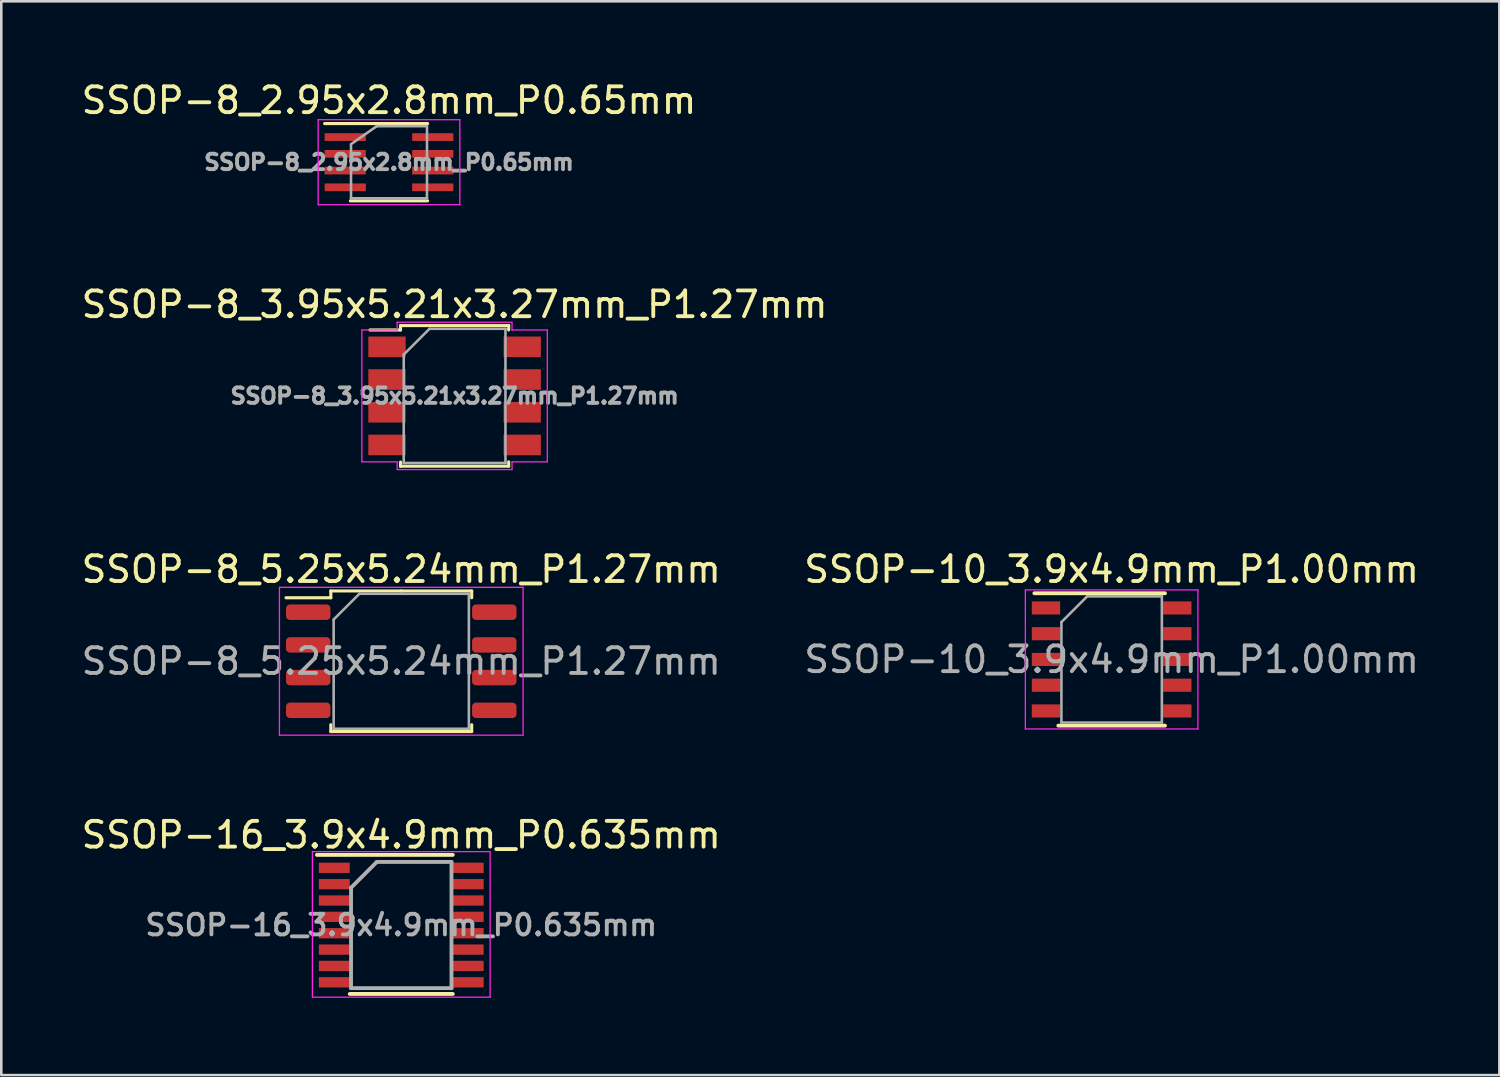
<source format=kicad_pcb>
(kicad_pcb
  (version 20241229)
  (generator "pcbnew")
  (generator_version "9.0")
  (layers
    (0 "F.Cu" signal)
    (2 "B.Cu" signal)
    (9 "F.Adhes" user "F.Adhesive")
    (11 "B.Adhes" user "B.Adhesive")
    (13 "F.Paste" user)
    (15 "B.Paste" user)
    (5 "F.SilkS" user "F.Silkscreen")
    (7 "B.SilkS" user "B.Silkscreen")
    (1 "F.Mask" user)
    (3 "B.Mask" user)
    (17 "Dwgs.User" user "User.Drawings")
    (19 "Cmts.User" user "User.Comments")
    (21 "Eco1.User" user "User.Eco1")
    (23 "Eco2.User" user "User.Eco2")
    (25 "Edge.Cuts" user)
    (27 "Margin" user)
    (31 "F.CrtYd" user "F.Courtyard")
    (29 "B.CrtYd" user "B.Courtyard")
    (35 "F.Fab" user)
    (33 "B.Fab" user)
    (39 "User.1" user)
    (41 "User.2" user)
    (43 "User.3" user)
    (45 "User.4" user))
  (footprint "SSOP-10_3.9x4.9mm_P1.00mm"
    (layer "F.Cu")
    (at 40.113 22.555)
    (property "Reference" "SSOP-10_3.9x4.9mm_P1.00mm" (at 0 -3.5 0) (layer "F.SilkS") (effects (font (size 1 1) (thickness 0.15))))
    (attr smd)
    (fp_line (start -3 -2.57) (end 2.07 -2.57) (stroke (width 0.15) (type solid)) (layer "F.SilkS"))
    (fp_line (start -2.07 2.57) (end 2.07 2.57) (stroke (width 0.15) (type solid)) (layer "F.SilkS"))
    (fp_line (start -3.35 -2.7) (end -3.35 2.7) (stroke (width 0.05) (type solid)) (layer "F.CrtYd"))
    (fp_line (start -3.35 -2.7) (end 3.35 -2.7) (stroke (width 0.05) (type solid)) (layer "F.CrtYd"))
    (fp_line (start -3.35 2.7) (end 3.35 2.7) (stroke (width 0.05) (type solid)) (layer "F.CrtYd"))
    (fp_line (start 3.35 -2.7) (end 3.35 2.7) (stroke (width 0.05) (type solid)) (layer "F.CrtYd"))
    (fp_line (start -1.95 -1.45) (end -0.95 -2.45) (stroke (width 0.1) (type solid)) (layer "F.Fab"))
    (fp_line (start -1.95 2.45) (end -1.95 -1.45) (stroke (width 0.1) (type solid)) (layer "F.Fab"))
    (fp_line (start -0.95 -2.45) (end 1.95 -2.45) (stroke (width 0.1) (type solid)) (layer "F.Fab"))
    (fp_line (start 1.95 -2.45) (end 1.95 2.45) (stroke (width 0.1) (type solid)) (layer "F.Fab"))
    (fp_line (start 1.95 2.45) (end -1.95 2.45) (stroke (width 0.1) (type solid)) (layer "F.Fab"))
    (fp_text user "${REFERENCE}" (at 0 0 0) (layer "F.Fab") (effects (font (size 1 1) (thickness 0.15))))
    (pad "1" smd rect (at -2.55 -2) (size 1.1 0.51) (layers "F.Cu" "F.Mask" "F.Paste"))
    (pad "2" smd rect (at -2.55 -1) (size 1.1 0.51) (layers "F.Cu" "F.Mask" "F.Paste"))
    (pad "3" smd rect (at -2.55 0) (size 1.1 0.51) (layers "F.Cu" "F.Mask" "F.Paste"))
    (pad "4" smd rect (at -2.55 1) (size 1.1 0.51) (layers "F.Cu" "F.Mask" "F.Paste"))
    (pad "5" smd rect (at -2.55 2) (size 1.1 0.51) (layers "F.Cu" "F.Mask" "F.Paste"))
    (pad "6" smd rect (at 2.55 2) (size 1.1 0.51) (layers "F.Cu" "F.Mask" "F.Paste"))
    (pad "7" smd rect (at 2.55 1) (size 1.1 0.51) (layers "F.Cu" "F.Mask" "F.Paste"))
    (pad "8" smd rect (at 2.55 0) (size 1.1 0.51) (layers "F.Cu" "F.Mask" "F.Paste"))
    (pad "9" smd rect (at 2.55 -1) (size 1.1 0.51) (layers "F.Cu" "F.Mask" "F.Paste"))
    (pad "10" smd rect (at 2.55 -2) (size 1.1 0.51) (layers "F.Cu" "F.Mask" "F.Paste")))
  (footprint "SSOP-8_2.95x2.8mm_P0.65mm"
    (layer "F.Cu")
    (at 12.054 3.248)
    (property "Reference" "SSOP-8_2.95x2.8mm_P0.65mm" (at 0 -2.4 0) (layer "F.SilkS") (effects (font (size 1 1) (thickness 0.15))))
    (attr smd)
    (fp_line (start 1.5 -1.5) (end -2.5 -1.5) (stroke (width 0.12) (type solid)) (layer "F.SilkS"))
    (fp_line (start 1.5 1.5) (end -1.5 1.5) (stroke (width 0.12) (type solid)) (layer "F.SilkS"))
    (fp_line (start -2.75 -1.65) (end 2.75 -1.65) (stroke (width 0.05) (type solid)) (layer "F.CrtYd"))
    (fp_line (start -2.75 1.65) (end -2.75 -1.65) (stroke (width 0.05) (type solid)) (layer "F.CrtYd"))
    (fp_line (start 2.75 -1.65) (end 2.75 1.65) (stroke (width 0.05) (type solid)) (layer "F.CrtYd"))
    (fp_line (start 2.75 1.65) (end -2.75 1.65) (stroke (width 0.05) (type solid)) (layer "F.CrtYd"))
    (fp_line (start -1.475 1.4) (end -1.475 -0.7) (stroke (width 0.1) (type solid)) (layer "F.Fab"))
    (fp_line (start -0.475 -1.4) (end -1.475 -0.7) (stroke (width 0.1) (type solid)) (layer "F.Fab"))
    (fp_line (start -0.475 -1.4) (end 1.475 -1.4) (stroke (width 0.1) (type solid)) (layer "F.Fab"))
    (fp_line (start 1.475 -1.4) (end 1.475 1.4) (stroke (width 0.1) (type solid)) (layer "F.Fab"))
    (fp_line (start 1.475 1.4) (end -1.475 1.4) (stroke (width 0.1) (type solid)) (layer "F.Fab"))
    (fp_text user "${REFERENCE}" (at 0 0 0) (layer "F.Fab") (effects (font (size 0.6 0.6) (thickness 0.15))))
    (pad "1" smd rect (at -1.7 -0.975 270) (size 0.3 1.6) (layers "F.Cu" "F.Mask" "F.Paste"))
    (pad "2" smd rect (at -1.7 -0.325 270) (size 0.3 1.6) (layers "F.Cu" "F.Mask" "F.Paste"))
    (pad "3" smd rect (at -1.7 0.325 270) (size 0.3 1.6) (layers "F.Cu" "F.Mask" "F.Paste"))
    (pad "4" smd rect (at -1.7 0.975 270) (size 0.3 1.6) (layers "F.Cu" "F.Mask" "F.Paste"))
    (pad "5" smd rect (at 1.7 0.975 270) (size 0.3 1.6) (layers "F.Cu" "F.Mask" "F.Paste"))
    (pad "6" smd rect (at 1.7 0.325 270) (size 0.3 1.6) (layers "F.Cu" "F.Mask" "F.Paste"))
    (pad "7" smd rect (at 1.7 -0.325 270) (size 0.3 1.6) (layers "F.Cu" "F.Mask" "F.Paste"))
    (pad "8" smd rect (at 1.7 -0.975 270) (size 0.3 1.6) (layers "F.Cu" "F.Mask" "F.Paste")))
  (footprint "SSOP-8_3.95x5.21x3.27mm_P1.27mm"
    (layer "F.Cu")
    (at 14.601 12.322)
    (property "Reference" "SSOP-8_3.95x5.21x3.27mm_P1.27mm" (at 0 -3.55 0) (layer "F.SilkS") (effects (font (size 1 1) (thickness 0.15))))
    (attr smd)
    (fp_line (start -2.1 -2.73) (end -2.1 -2.56) (stroke (width 0.12) (type solid)) (layer "F.SilkS"))
    (fp_line (start -2.1 -2.56) (end -3.29 -2.56) (stroke (width 0.12) (type solid)) (layer "F.SilkS"))
    (fp_line (start -2.1 2.57) (end -2.1 2.74) (stroke (width 0.12) (type solid)) (layer "F.SilkS"))
    (fp_line (start 2.1 -2.73) (end -2.1 -2.73) (stroke (width 0.12) (type solid)) (layer "F.SilkS"))
    (fp_line (start 2.1 -2.73) (end 2.1 -2.56) (stroke (width 0.12) (type solid)) (layer "F.SilkS"))
    (fp_line (start 2.1 2.56) (end 2.1 2.73) (stroke (width 0.12) (type solid)) (layer "F.SilkS"))
    (fp_line (start 2.1 2.73) (end -2.1 2.73) (stroke (width 0.12) (type solid)) (layer "F.SilkS"))
    (fp_line (start -3.6 -2.56) (end -2.23 -2.56) (stroke (width 0.05) (type solid)) (layer "F.CrtYd"))
    (fp_line (start -3.6 2.56) (end -3.6 -2.56) (stroke (width 0.05) (type solid)) (layer "F.CrtYd"))
    (fp_line (start -3.6 2.56) (end -2.23 2.56) (stroke (width 0.05) (type solid)) (layer "F.CrtYd"))
    (fp_line (start -2.23 -2.86) (end 2.23 -2.86) (stroke (width 0.05) (type solid)) (layer "F.CrtYd"))
    (fp_line (start -2.23 -2.56) (end -2.23 -2.86) (stroke (width 0.05) (type solid)) (layer "F.CrtYd"))
    (fp_line (start -2.23 2.86) (end -2.23 2.56) (stroke (width 0.05) (type solid)) (layer "F.CrtYd"))
    (fp_line (start 2.23 -2.56) (end 3.6 -2.56) (stroke (width 0.05) (type solid)) (layer "F.CrtYd"))
    (fp_line (start 2.23 -2.55) (end 2.23 -2.85) (stroke (width 0.05) (type solid)) (layer "F.CrtYd"))
    (fp_line (start 2.23 2.56) (end 3.6 2.56) (stroke (width 0.05) (type solid)) (layer "F.CrtYd"))
    (fp_line (start 2.23 2.86) (end -2.23 2.86) (stroke (width 0.05) (type solid)) (layer "F.CrtYd"))
    (fp_line (start 2.23 2.86) (end 2.23 2.56) (stroke (width 0.05) (type solid)) (layer "F.CrtYd"))
    (fp_line (start 3.6 2.56) (end 3.6 -2.56) (stroke (width 0.05) (type solid)) (layer "F.CrtYd"))
    (fp_line (start -1.975 2.605) (end -1.975 -1.605) (stroke (width 0.1) (type solid)) (layer "F.Fab"))
    (fp_line (start -0.975 -2.605) (end -1.975 -1.605) (stroke (width 0.1) (type solid)) (layer "F.Fab"))
    (fp_line (start -0.975 -2.605) (end 1.975 -2.605) (stroke (width 0.1) (type solid)) (layer "F.Fab"))
    (fp_line (start 1.975 -2.605) (end 1.975 2.605) (stroke (width 0.1) (type solid)) (layer "F.Fab"))
    (fp_line (start 1.975 2.605) (end -1.975 2.605) (stroke (width 0.1) (type solid)) (layer "F.Fab"))
    (fp_text user "${REFERENCE}" (at 0 0 0) (layer "F.Fab") (effects (font (size 0.6 0.6) (thickness 0.15))))
    (pad "1" smd rect (at -2.625 -1.905) (size 1.45 0.8) (layers "F.Cu" "F.Mask" "F.Paste"))
    (pad "2" smd rect (at -2.625 -0.635) (size 1.45 0.8) (layers "F.Cu" "F.Mask" "F.Paste"))
    (pad "3" smd rect (at -2.625 0.635) (size 1.45 0.8) (layers "F.Cu" "F.Mask" "F.Paste"))
    (pad "4" smd rect (at -2.625 1.905) (size 1.45 0.8) (layers "F.Cu" "F.Mask" "F.Paste"))
    (pad "5" smd rect (at 2.625 1.905) (size 1.45 0.8) (layers "F.Cu" "F.Mask" "F.Paste"))
    (pad "6" smd rect (at 2.625 0.635) (size 1.45 0.8) (layers "F.Cu" "F.Mask" "F.Paste"))
    (pad "7" smd rect (at 2.625 -0.635) (size 1.45 0.8) (layers "F.Cu" "F.Mask" "F.Paste"))
    (pad "8" smd rect (at 2.625 -1.905) (size 1.45 0.8) (layers "F.Cu" "F.Mask" "F.Paste")))
  (footprint "SSOP-8_5.25x5.24mm_P1.27mm"
    (layer "F.Cu")
    (at 12.53 22.625)
    (property "Reference" "SSOP-8_5.25x5.24mm_P1.27mm" (at 0 -3.57 0) (layer "F.SilkS") (effects (font (size 1 1) (thickness 0.15))))
    (attr smd)
    (fp_line (start -2.735 -2.73) (end -2.735 -2.465) (stroke (width 0.12) (type solid)) (layer "F.SilkS"))
    (fp_line (start -2.735 -2.465) (end -4.475 -2.465) (stroke (width 0.12) (type solid)) (layer "F.SilkS"))
    (fp_line (start -2.735 2.73) (end -2.735 2.465) (stroke (width 0.12) (type solid)) (layer "F.SilkS"))
    (fp_line (start 0 -2.73) (end -2.735 -2.73) (stroke (width 0.12) (type solid)) (layer "F.SilkS"))
    (fp_line (start 0 -2.73) (end 2.735 -2.73) (stroke (width 0.12) (type solid)) (layer "F.SilkS"))
    (fp_line (start 0 2.73) (end -2.735 2.73) (stroke (width 0.12) (type solid)) (layer "F.SilkS"))
    (fp_line (start 0 2.73) (end 2.735 2.73) (stroke (width 0.12) (type solid)) (layer "F.SilkS"))
    (fp_line (start 2.735 -2.73) (end 2.735 -2.465) (stroke (width 0.12) (type solid)) (layer "F.SilkS"))
    (fp_line (start 2.735 2.73) (end 2.735 2.465) (stroke (width 0.12) (type solid)) (layer "F.SilkS"))
    (fp_line (start -4.73 -2.87) (end -4.73 2.87) (stroke (width 0.05) (type solid)) (layer "F.CrtYd"))
    (fp_line (start -4.73 2.87) (end 4.73 2.87) (stroke (width 0.05) (type solid)) (layer "F.CrtYd"))
    (fp_line (start 4.73 -2.87) (end -4.73 -2.87) (stroke (width 0.05) (type solid)) (layer "F.CrtYd"))
    (fp_line (start 4.73 2.87) (end 4.73 -2.87) (stroke (width 0.05) (type solid)) (layer "F.CrtYd"))
    (fp_line (start -2.625 -1.62) (end -1.625 -2.62) (stroke (width 0.1) (type solid)) (layer "F.Fab"))
    (fp_line (start -2.625 2.62) (end -2.625 -1.62) (stroke (width 0.1) (type solid)) (layer "F.Fab"))
    (fp_line (start -1.625 -2.62) (end 2.625 -2.62) (stroke (width 0.1) (type solid)) (layer "F.Fab"))
    (fp_line (start 2.625 -2.62) (end 2.625 2.62) (stroke (width 0.1) (type solid)) (layer "F.Fab"))
    (fp_line (start 2.625 2.62) (end -2.625 2.62) (stroke (width 0.1) (type solid)) (layer "F.Fab"))
    (fp_text user "${REFERENCE}" (at 0 0 0) (layer "F.Fab") (effects (font (size 1 1) (thickness 0.15))))
    (pad "1" smd roundrect (at -3.612 -1.905) (size 1.725 0.6) (layers "F.Cu" "F.Mask" "F.Paste") (roundrect_rratio 0.25))
    (pad "2" smd roundrect (at -3.612 -0.635) (size 1.725 0.6) (layers "F.Cu" "F.Mask" "F.Paste") (roundrect_rratio 0.25))
    (pad "3" smd roundrect (at -3.612 0.635) (size 1.725 0.6) (layers "F.Cu" "F.Mask" "F.Paste") (roundrect_rratio 0.25))
    (pad "4" smd roundrect (at -3.612 1.905) (size 1.725 0.6) (layers "F.Cu" "F.Mask" "F.Paste") (roundrect_rratio 0.25))
    (pad "5" smd roundrect (at 3.612 1.905) (size 1.725 0.6) (layers "F.Cu" "F.Mask" "F.Paste") (roundrect_rratio 0.25))
    (pad "6" smd roundrect (at 3.612 0.635) (size 1.725 0.6) (layers "F.Cu" "F.Mask" "F.Paste") (roundrect_rratio 0.25))
    (pad "7" smd roundrect (at 3.612 -0.635) (size 1.725 0.6) (layers "F.Cu" "F.Mask" "F.Paste") (roundrect_rratio 0.25))
    (pad "8" smd roundrect (at 3.612 -1.905) (size 1.725 0.6) (layers "F.Cu" "F.Mask" "F.Paste") (roundrect_rratio 0.25)))
  (footprint "SSOP-16_3.9x4.9mm_P0.635mm"
    (layer "F.Cu")
    (at 12.53 32.868)
    (property "Reference" "SSOP-16_3.9x4.9mm_P0.635mm" (at 0 -3.5 0) (layer "F.SilkS") (effects (font (size 1 1) (thickness 0.15))))
    (attr smd)
    (fp_line (start -3.275 -2.725) (end 2 -2.725) (stroke (width 0.15) (type solid)) (layer "F.SilkS"))
    (fp_line (start -2 2.675) (end 2 2.675) (stroke (width 0.15) (type solid)) (layer "F.SilkS"))
    (fp_line (start -3.45 -2.85) (end -3.45 2.8) (stroke (width 0.05) (type solid)) (layer "F.CrtYd"))
    (fp_line (start -3.45 -2.85) (end 3.45 -2.85) (stroke (width 0.05) (type solid)) (layer "F.CrtYd"))
    (fp_line (start -3.45 2.8) (end 3.45 2.8) (stroke (width 0.05) (type solid)) (layer "F.CrtYd"))
    (fp_line (start 3.45 -2.85) (end 3.45 2.8) (stroke (width 0.05) (type solid)) (layer "F.CrtYd"))
    (fp_line (start -1.95 -1.45) (end -0.95 -2.45) (stroke (width 0.15) (type solid)) (layer "F.Fab"))
    (fp_line (start -1.95 2.45) (end -1.95 -1.45) (stroke (width 0.15) (type solid)) (layer "F.Fab"))
    (fp_line (start -0.95 -2.45) (end 1.95 -2.45) (stroke (width 0.15) (type solid)) (layer "F.Fab"))
    (fp_line (start 1.95 -2.45) (end 1.95 2.45) (stroke (width 0.15) (type solid)) (layer "F.Fab"))
    (fp_line (start 1.95 2.45) (end -1.95 2.45) (stroke (width 0.15) (type solid)) (layer "F.Fab"))
    (fp_text user "${REFERENCE}" (at 0 0 0) (layer "F.Fab") (effects (font (size 0.8 0.8) (thickness 0.15))))
    (pad "1" smd rect (at -2.6 -2.223) (size 1.2 0.4) (layers "F.Cu" "F.Mask" "F.Paste"))
    (pad "2" smd rect (at -2.6 -1.587) (size 1.2 0.4) (layers "F.Cu" "F.Mask" "F.Paste"))
    (pad "3" smd rect (at -2.6 -0.953) (size 1.2 0.4) (layers "F.Cu" "F.Mask" "F.Paste"))
    (pad "4" smd rect (at -2.6 -0.318) (size 1.2 0.4) (layers "F.Cu" "F.Mask" "F.Paste"))
    (pad "5" smd rect (at -2.6 0.318) (size 1.2 0.4) (layers "F.Cu" "F.Mask" "F.Paste"))
    (pad "6" smd rect (at -2.6 0.953) (size 1.2 0.4) (layers "F.Cu" "F.Mask" "F.Paste"))
    (pad "7" smd rect (at -2.6 1.587) (size 1.2 0.4) (layers "F.Cu" "F.Mask" "F.Paste"))
    (pad "8" smd rect (at -2.6 2.223) (size 1.2 0.4) (layers "F.Cu" "F.Mask" "F.Paste"))
    (pad "9" smd rect (at 2.6 2.223) (size 1.2 0.4) (layers "F.Cu" "F.Mask" "F.Paste"))
    (pad "10" smd rect (at 2.6 1.587) (size 1.2 0.4) (layers "F.Cu" "F.Mask" "F.Paste"))
    (pad "11" smd rect (at 2.6 0.953) (size 1.2 0.4) (layers "F.Cu" "F.Mask" "F.Paste"))
    (pad "12" smd rect (at 2.6 0.318) (size 1.2 0.4) (layers "F.Cu" "F.Mask" "F.Paste"))
    (pad "13" smd rect (at 2.6 -0.318) (size 1.2 0.4) (layers "F.Cu" "F.Mask" "F.Paste"))
    (pad "14" smd rect (at 2.6 -0.953) (size 1.2 0.4) (layers "F.Cu" "F.Mask" "F.Paste"))
    (pad "15" smd rect (at 2.6 -1.587) (size 1.2 0.4) (layers "F.Cu" "F.Mask" "F.Paste"))
    (pad "16" smd rect (at 2.6 -2.223) (size 1.2 0.4) (layers "F.Cu" "F.Mask" "F.Paste")))
  (gr_rect
    (start -3 -3)
    (end 55.167 38.693)
    (stroke (width 0.1) (type default))
    (fill no)
    (layer "Edge.Cuts")))
</source>
